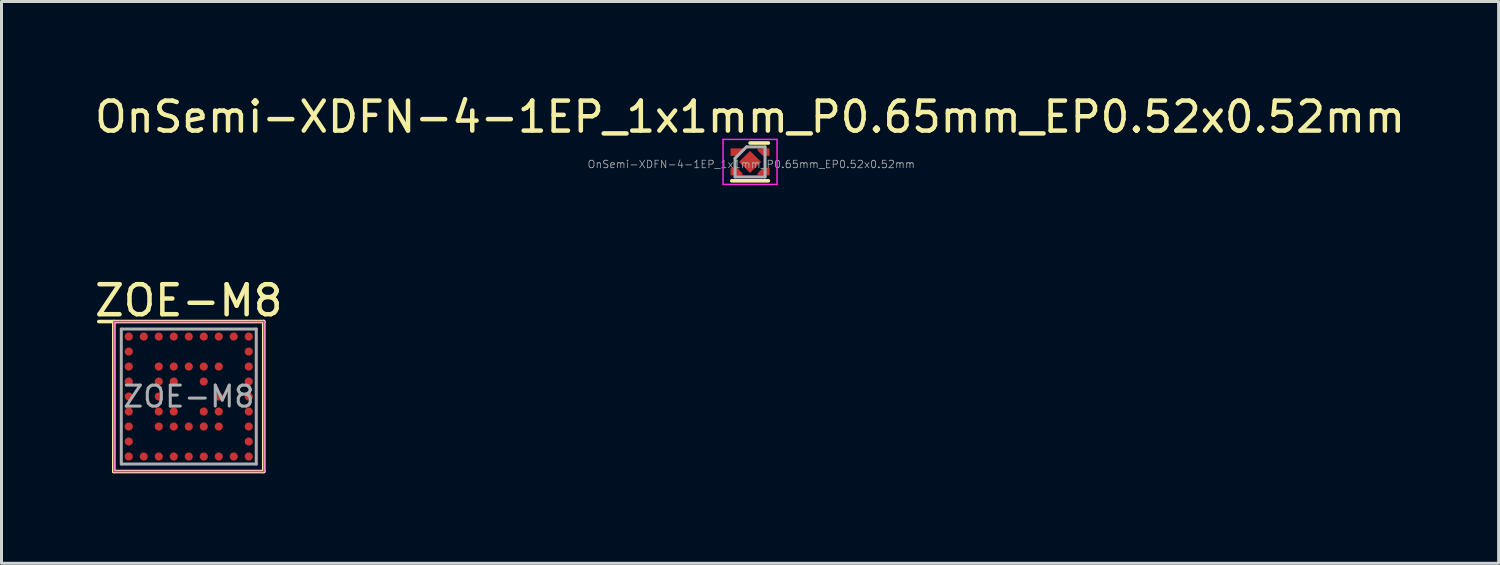
<source format=kicad_pcb>
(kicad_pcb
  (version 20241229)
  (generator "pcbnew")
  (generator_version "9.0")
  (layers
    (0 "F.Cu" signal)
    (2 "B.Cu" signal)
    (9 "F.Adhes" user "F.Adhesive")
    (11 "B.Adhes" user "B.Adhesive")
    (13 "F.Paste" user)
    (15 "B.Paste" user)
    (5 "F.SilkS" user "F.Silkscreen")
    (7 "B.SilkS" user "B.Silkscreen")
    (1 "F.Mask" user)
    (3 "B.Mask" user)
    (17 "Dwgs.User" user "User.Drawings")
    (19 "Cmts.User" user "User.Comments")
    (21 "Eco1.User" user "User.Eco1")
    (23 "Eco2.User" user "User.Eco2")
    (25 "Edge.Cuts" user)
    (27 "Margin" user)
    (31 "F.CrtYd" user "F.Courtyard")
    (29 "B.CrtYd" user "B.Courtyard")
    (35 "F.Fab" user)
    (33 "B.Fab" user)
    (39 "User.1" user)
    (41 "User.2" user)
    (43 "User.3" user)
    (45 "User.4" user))
  (footprint "ZOE-M8"
    (layer "F.Cu")
    (at 3.244 10.171)
    (property "Reference" "ZOE-M8" (at 0 -3.2 0) (layer "F.SilkS") (effects (font (size 1 1) (thickness 0.15))))
    (attr through_hole)
    (fp_line (start -3 -2.5) (end 2.5 -2.5) (stroke (width 0.12) (type solid)) (layer "F.SilkS"))
    (fp_line (start -2.5 2.5) (end -2.5 -2.5) (stroke (width 0.12) (type solid)) (layer "F.SilkS"))
    (fp_line (start -2.5 2.5) (end 2.5 2.5) (stroke (width 0.12) (type solid)) (layer "F.SilkS"))
    (fp_line (start 2.5 -2.5) (end 2.5 2.5) (stroke (width 0.12) (type solid)) (layer "F.SilkS"))
    (fp_line (start -2.5 -2.5) (end -2.5 2.5) (stroke (width 0.05) (type solid)) (layer "F.CrtYd"))
    (fp_line (start -2.5 2.5) (end 2.5 2.5) (stroke (width 0.05) (type solid)) (layer "F.CrtYd"))
    (fp_line (start 2.5 -2.5) (end -2.5 -2.5) (stroke (width 0.05) (type solid)) (layer "F.CrtYd"))
    (fp_line (start 2.5 2.5) (end 2.5 -2.5) (stroke (width 0.05) (type solid)) (layer "F.CrtYd"))
    (fp_line (start -2.25 -2.25) (end -2.25 2.25) (stroke (width 0.1) (type solid)) (layer "F.Fab"))
    (fp_line (start -2.25 2.25) (end 2.25 2.25) (stroke (width 0.1) (type solid)) (layer "F.Fab"))
    (fp_line (start 2.25 -2.25) (end -2.25 -2.25) (stroke (width 0.1) (type solid)) (layer "F.Fab"))
    (fp_line (start 2.25 2.25) (end 2.25 -2.25) (stroke (width 0.1) (type solid)) (layer "F.Fab"))
    (fp_text user "${REFERENCE}" (at 0 0 0) (layer "F.Fab") (effects (font (size 0.7 0.7) (thickness 0.1))))
    (pad "P$2E1" smd circle (at -2 0 180) (size 0.27 0.27) (layers "F.Cu" "F.Mask" "F.Paste"))
    (pad "P$A1" smd circle (at -2 -2 180) (size 0.27 0.27) (layers "F.Cu" "F.Mask" "F.Paste"))
    (pad "P$A2" smd circle (at -1.5 -2 180) (size 0.27 0.27) (layers "F.Cu" "F.Mask" "F.Paste"))
    (pad "P$A3" smd circle (at -1 -2 180) (size 0.27 0.27) (layers "F.Cu" "F.Mask" "F.Paste"))
    (pad "P$A4" smd circle (at -0.5 -2 180) (size 0.27 0.27) (layers "F.Cu" "F.Mask" "F.Paste"))
    (pad "P$A5" smd circle (at 0 -2) (size 0.27 0.27) (layers "F.Cu" "F.Mask" "F.Paste"))
    (pad "P$A6" smd circle (at 0.5 -2 90) (size 0.27 0.27) (layers "F.Cu" "F.Mask" "F.Paste"))
    (pad "P$A7" smd circle (at 1 -2 90) (size 0.27 0.27) (layers "F.Cu" "F.Mask" "F.Paste"))
    (pad "P$A8" smd circle (at 1.5 -2 180) (size 0.27 0.27) (layers "F.Cu" "F.Mask" "F.Paste"))
    (pad "P$A9" smd circle (at 2 -2 180) (size 0.27 0.27) (layers "F.Cu" "F.Mask" "F.Paste"))
    (pad "P$B1" smd circle (at -2 -1.5 180) (size 0.27 0.27) (layers "F.Cu" "F.Mask" "F.Paste"))
    (pad "P$B9" smd circle (at 2 -1.5 180) (size 0.27 0.27) (layers "F.Cu" "F.Mask" "F.Paste"))
    (pad "P$C1" smd circle (at -2 -1 180) (size 0.27 0.27) (layers "F.Cu" "F.Mask" "F.Paste"))
    (pad "P$C3" smd circle (at -1 -1 180) (size 0.27 0.27) (layers "F.Cu" "F.Mask" "F.Paste"))
    (pad "P$C4" smd circle (at -0.5 -1 180) (size 0.27 0.27) (layers "F.Cu" "F.Mask" "F.Paste"))
    (pad "P$C5" smd circle (at 0 -1 180) (size 0.27 0.27) (layers "F.Cu" "F.Mask" "F.Paste"))
    (pad "P$C6" smd circle (at 0.5 -1 180) (size 0.27 0.27) (layers "F.Cu" "F.Mask" "F.Paste"))
    (pad "P$C7" smd circle (at 1 -1 180) (size 0.27 0.27) (layers "F.Cu" "F.Mask" "F.Paste"))
    (pad "P$C9" smd circle (at 2 -1 180) (size 0.27 0.27) (layers "F.Cu" "F.Mask" "F.Paste"))
    (pad "P$D1" smd circle (at -2 -0.5 180) (size 0.27 0.27) (layers "F.Cu" "F.Mask" "F.Paste"))
    (pad "P$D3" smd circle (at -1 -0.5 180) (size 0.27 0.27) (layers "F.Cu" "F.Mask" "F.Paste"))
    (pad "P$D4" smd circle (at -0.5 -0.5 180) (size 0.27 0.27) (layers "F.Cu" "F.Mask" "F.Paste"))
    (pad "P$D6" smd circle (at 0.5 -0.5 180) (size 0.27 0.27) (layers "F.Cu" "F.Mask" "F.Paste"))
    (pad "P$D9" smd circle (at 2 -0.5 180) (size 0.27 0.27) (layers "F.Cu" "F.Mask" "F.Paste"))
    (pad "P$E3" smd circle (at -1 0 180) (size 0.27 0.27) (layers "F.Cu" "F.Mask" "F.Paste"))
    (pad "P$E7" smd circle (at 1 0 180) (size 0.27 0.27) (layers "F.Cu" "F.Mask" "F.Paste"))
    (pad "P$E9" smd circle (at 2 0 180) (size 0.27 0.27) (layers "F.Cu" "F.Mask" "F.Paste"))
    (pad "P$F1" smd circle (at -2 0.5 180) (size 0.27 0.27) (layers "F.Cu" "F.Mask" "F.Paste"))
    (pad "P$F3" smd circle (at -1 0.5 180) (size 0.27 0.27) (layers "F.Cu" "F.Mask" "F.Paste"))
    (pad "P$F4" smd circle (at -0.5 0.5 180) (size 0.27 0.27) (layers "F.Cu" "F.Mask" "F.Paste"))
    (pad "P$F6" smd circle (at 0.5 0.5 180) (size 0.27 0.27) (layers "F.Cu" "F.Mask" "F.Paste"))
    (pad "P$F7" smd circle (at 1 0.5 180) (size 0.27 0.27) (layers "F.Cu" "F.Mask" "F.Paste"))
    (pad "P$F9" smd circle (at 2 0.5 180) (size 0.27 0.27) (layers "F.Cu" "F.Mask" "F.Paste"))
    (pad "P$G1" smd circle (at -2 1 180) (size 0.27 0.27) (layers "F.Cu" "F.Mask" "F.Paste"))
    (pad "P$G3" smd circle (at -1 1 180) (size 0.27 0.27) (layers "F.Cu" "F.Mask" "F.Paste"))
    (pad "P$G4" smd circle (at -0.5 1 180) (size 0.27 0.27) (layers "F.Cu" "F.Mask" "F.Paste"))
    (pad "P$G5" smd circle (at 0 1 180) (size 0.27 0.27) (layers "F.Cu" "F.Mask" "F.Paste"))
    (pad "P$G6" smd circle (at 0.5 1 180) (size 0.27 0.27) (layers "F.Cu" "F.Mask" "F.Paste"))
    (pad "P$G7" smd circle (at 1 1 180) (size 0.27 0.27) (layers "F.Cu" "F.Mask" "F.Paste"))
    (pad "P$G9" smd circle (at 2 1 180) (size 0.27 0.27) (layers "F.Cu" "F.Mask" "F.Paste"))
    (pad "P$H1" smd circle (at -2 1.5 180) (size 0.27 0.27) (layers "F.Cu" "F.Mask" "F.Paste"))
    (pad "P$H9" smd circle (at 2 1.5 180) (size 0.27 0.27) (layers "F.Cu" "F.Mask" "F.Paste"))
    (pad "P$J1" smd circle (at -2 2 180) (size 0.27 0.27) (layers "F.Cu" "F.Mask" "F.Paste"))
    (pad "P$J2" smd circle (at -1.5 2 180) (size 0.27 0.27) (layers "F.Cu" "F.Mask" "F.Paste"))
    (pad "P$J3" smd circle (at -1 2 180) (size 0.27 0.27) (layers "F.Cu" "F.Mask" "F.Paste"))
    (pad "P$J4" smd circle (at -0.5 2 180) (size 0.27 0.27) (layers "F.Cu" "F.Mask" "F.Paste"))
    (pad "P$J5" smd circle (at 0 2 180) (size 0.27 0.27) (layers "F.Cu" "F.Mask" "F.Paste"))
    (pad "P$J6" smd circle (at 0.5 2 180) (size 0.27 0.27) (layers "F.Cu" "F.Mask" "F.Paste"))
    (pad "P$J7" smd circle (at 1 2 180) (size 0.27 0.27) (layers "F.Cu" "F.Mask" "F.Paste"))
    (pad "P$J8" smd circle (at 1.5 2 180) (size 0.27 0.27) (layers "F.Cu" "F.Mask" "F.Paste"))
    (pad "P$J9" smd circle (at 2 2 180) (size 0.27 0.27) (layers "F.Cu" "F.Mask" "F.Paste")))
  (footprint "OnSemi-XDFN-4-1EP_1x1mm_P0.65mm_EP0.52x0.52mm"
    (layer "F.Cu")
    (at 21.958 2.348)
    (property "Reference" "OnSemi-XDFN-4-1EP_1x1mm_P0.65mm_EP0.52x0.52mm" (at 0 -1.5 0) (layer "F.SilkS") (effects (font (size 1 1) (thickness 0.15))))
    (attr smd)
    (fp_line (start 0.61 -0.63) (end 0 -0.63) (stroke (width 0.12) (type solid)) (layer "F.SilkS"))
    (fp_line (start 0.61 0.63) (end -0.61 0.63) (stroke (width 0.12) (type solid)) (layer "F.SilkS"))
    (fp_line (start -0.9 -0.75) (end 0.9 -0.75) (stroke (width 0.05) (type solid)) (layer "F.CrtYd"))
    (fp_line (start -0.9 0.75) (end -0.9 -0.75) (stroke (width 0.05) (type solid)) (layer "F.CrtYd"))
    (fp_line (start 0.9 -0.75) (end 0.9 0.75) (stroke (width 0.05) (type solid)) (layer "F.CrtYd"))
    (fp_line (start 0.9 0.75) (end -0.9 0.75) (stroke (width 0.05) (type solid)) (layer "F.CrtYd"))
    (fp_line (start -0.5 0.5) (end -0.5 -0.12) (stroke (width 0.1) (type solid)) (layer "F.Fab"))
    (fp_line (start -0.12 -0.5) (end -0.5 -0.12) (stroke (width 0.1) (type solid)) (layer "F.Fab"))
    (fp_line (start -0.12 -0.5) (end 0.5 -0.5) (stroke (width 0.1) (type solid)) (layer "F.Fab"))
    (fp_line (start 0.5 -0.5) (end 0.5 0.5) (stroke (width 0.1) (type solid)) (layer "F.Fab"))
    (fp_line (start 0.5 0.5) (end -0.5 0.5) (stroke (width 0.1) (type solid)) (layer "F.Fab"))
    (fp_text user "${REFERENCE}" (at 0.04 0.08 0) (layer "F.Fab") (effects (font (size 0.25 0.25) (thickness 0.025))))
    (pad "1" smd custom (at -0.54 -0.325) (size 0.22 0.25) (layers "F.Cu" "F.Mask" "F.Paste") (options (anchor rect)) (primitives (gr_poly (pts (xy 0.11 0.125) (xy 0.11 -0.125) (xy 0.36 -0.125)) (width 0) (fill yes))))
    (pad "2" smd custom (at -0.54 0.325) (size 0.22 0.25) (layers "F.Cu" "F.Mask" "F.Paste") (options (anchor rect)) (primitives (gr_poly (pts (xy 0.29 0.055) (xy 0.29 0.125) (xy 0.11 0.125) (xy 0.11 -0.125)) (width 0) (fill yes))))
    (pad "3" smd custom (at 0.54 0.325) (size 0.22 0.25) (layers "F.Cu" "F.Mask" "F.Paste") (options (anchor rect)) (primitives (gr_poly (pts (xy -0.11 0.125) (xy -0.29 0.125) (xy -0.29 0.055) (xy -0.11 -0.125)) (width 0) (fill yes))))
    (pad "4" smd custom (at 0.54 -0.325) (size 0.22 0.25) (layers "F.Cu" "F.Mask" "F.Paste") (options (anchor rect)) (primitives (gr_poly (pts (xy -0.11 0.125) (xy -0.29 -0.055) (xy -0.29 -0.125) (xy -0.11 -0.125)) (width 0) (fill yes))))
    (pad "5" smd rect (at 0 0 45) (size 0.52 0.52) (layers "F.Cu" "F.Mask" "F.Paste")))
  (gr_rect
    (start -3 -3)
    (end 46.917 15.732)
    (stroke (width 0.1) (type default))
    (fill no)
    (layer "Edge.Cuts")))
</source>
